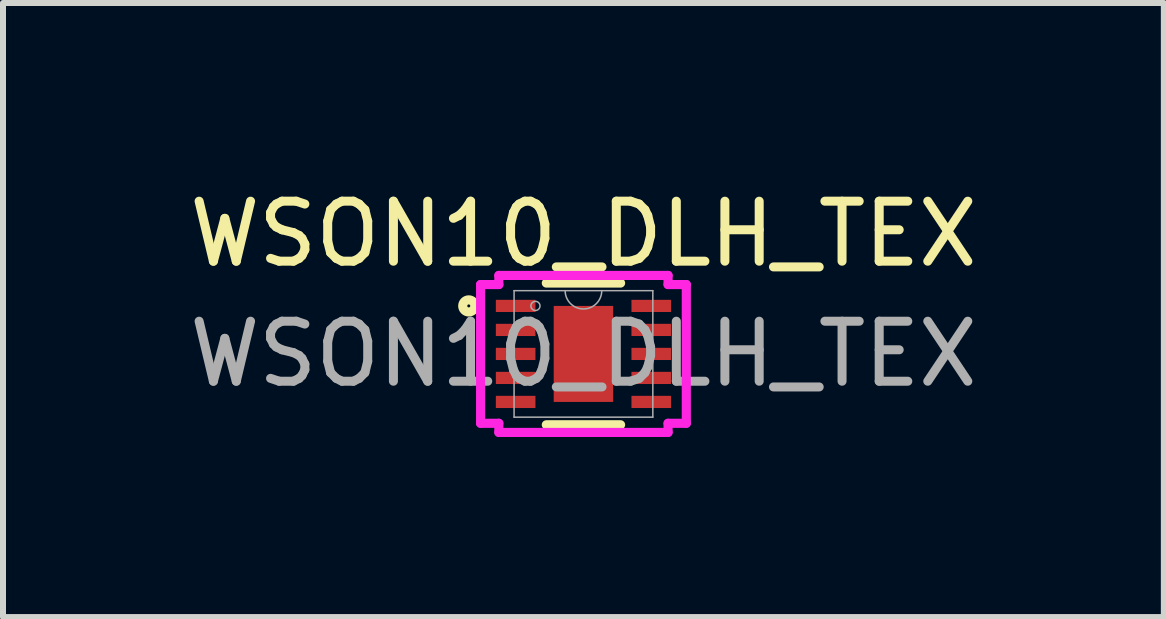
<source format=kicad_pcb>
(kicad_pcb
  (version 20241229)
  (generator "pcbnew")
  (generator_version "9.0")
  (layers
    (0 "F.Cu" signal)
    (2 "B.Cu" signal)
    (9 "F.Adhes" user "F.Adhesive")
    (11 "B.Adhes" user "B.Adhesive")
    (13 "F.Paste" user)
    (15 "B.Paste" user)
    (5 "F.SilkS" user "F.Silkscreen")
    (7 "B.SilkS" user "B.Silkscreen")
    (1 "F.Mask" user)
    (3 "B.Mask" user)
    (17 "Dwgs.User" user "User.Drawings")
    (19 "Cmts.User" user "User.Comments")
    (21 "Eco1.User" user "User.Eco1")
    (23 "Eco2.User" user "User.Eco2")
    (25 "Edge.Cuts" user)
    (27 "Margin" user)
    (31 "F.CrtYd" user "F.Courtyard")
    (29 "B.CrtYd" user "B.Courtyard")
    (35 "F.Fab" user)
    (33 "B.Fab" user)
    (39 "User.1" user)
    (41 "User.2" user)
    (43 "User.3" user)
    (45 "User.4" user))
  (footprint "WSON10_DLH_TEX"
    (layer "F.Cu")
    (at 6.673 2.848)
    (property "Reference" "WSON10_DLH_TEX" (at 0 -2 0) (unlocked yes) (layer "F.SilkS") (effects (font (size 1 1) (thickness 0.15))))
    (attr smd)
    (fp_line (start -0.619 1.181) (end 0.619 1.181) (stroke (width 0.152) (type solid)) (layer "F.SilkS"))
    (fp_line (start 0.619 -1.181) (end -0.619 -1.181) (stroke (width 0.152) (type solid)) (layer "F.SilkS"))
    (fp_circle (center -1.911 -0.8) (end -1.81 -0.8) (stroke (width 0.152) (type solid)) (fill no) (layer "F.SilkS"))
    (fp_line (start -1.714 -1.156) (end -1.41 -1.156) (stroke (width 0.152) (type solid)) (layer "F.CrtYd"))
    (fp_line (start -1.714 1.156) (end -1.714 -1.156) (stroke (width 0.152) (type solid)) (layer "F.CrtYd"))
    (fp_line (start -1.714 1.156) (end -1.41 1.156) (stroke (width 0.152) (type solid)) (layer "F.CrtYd"))
    (fp_line (start -1.41 -1.308) (end 1.41 -1.308) (stroke (width 0.152) (type solid)) (layer "F.CrtYd"))
    (fp_line (start -1.41 -1.156) (end -1.41 -1.308) (stroke (width 0.152) (type solid)) (layer "F.CrtYd"))
    (fp_line (start -1.41 1.308) (end -1.41 1.156) (stroke (width 0.152) (type solid)) (layer "F.CrtYd"))
    (fp_line (start 1.41 -1.308) (end 1.41 -1.156) (stroke (width 0.152) (type solid)) (layer "F.CrtYd"))
    (fp_line (start 1.41 1.156) (end 1.41 1.308) (stroke (width 0.152) (type solid)) (layer "F.CrtYd"))
    (fp_line (start 1.41 1.308) (end -1.41 1.308) (stroke (width 0.152) (type solid)) (layer "F.CrtYd"))
    (fp_line (start 1.714 -1.156) (end 1.41 -1.156) (stroke (width 0.152) (type solid)) (layer "F.CrtYd"))
    (fp_line (start 1.714 -1.156) (end 1.714 1.156) (stroke (width 0.152) (type solid)) (layer "F.CrtYd"))
    (fp_line (start 1.714 1.156) (end 1.41 1.156) (stroke (width 0.152) (type solid)) (layer "F.CrtYd"))
    (fp_line (start -1.156 -1.054) (end -1.156 1.054) (stroke (width 0.025) (type solid)) (layer "F.Fab"))
    (fp_line (start -1.156 1.054) (end 1.156 1.054) (stroke (width 0.025) (type solid)) (layer "F.Fab"))
    (fp_line (start 1.156 -1.054) (end -1.156 -1.054) (stroke (width 0.025) (type solid)) (layer "F.Fab"))
    (fp_line (start 1.156 1.054) (end 1.156 -1.054) (stroke (width 0.025) (type solid)) (layer "F.Fab"))
    (fp_arc (start 0.3048 -1.0541) (mid 0 -0.7493) (end -0.3048 -1.0541) (stroke (width 0.0254) (type solid)) (layer "F.Fab"))
    (fp_circle (center -0.8 -0.8) (end -0.724 -0.8) (stroke (width 0.025) (type solid)) (fill no) (layer "F.Fab"))
    (fp_text user "${REFERENCE}" (at 0 0 0) (unlocked yes) (layer "F.Fab") (effects (font (size 1 1) (thickness 0.15))))
    (pad "1" smd rect (at -1.13 -0.8) (size 0.66 0.203) (layers "F.Cu" "F.Mask" "F.Paste"))
    (pad "2" smd rect (at -1.13 -0.4) (size 0.66 0.203) (layers "F.Cu" "F.Mask" "F.Paste"))
    (pad "3" smd rect (at -1.13 0) (size 0.66 0.203) (layers "F.Cu" "F.Mask" "F.Paste"))
    (pad "4" smd rect (at -1.13 0.4) (size 0.66 0.203) (layers "F.Cu" "F.Mask" "F.Paste"))
    (pad "5" smd rect (at -1.13 0.8) (size 0.66 0.203) (layers "F.Cu" "F.Mask" "F.Paste"))
    (pad "6" smd rect (at 1.13 0.8) (size 0.66 0.203) (layers "F.Cu" "F.Mask" "F.Paste"))
    (pad "7" smd rect (at 1.13 0.4) (size 0.66 0.203) (layers "F.Cu" "F.Mask" "F.Paste"))
    (pad "8" smd rect (at 1.13 0) (size 0.66 0.203) (layers "F.Cu" "F.Mask" "F.Paste"))
    (pad "9" smd rect (at 1.13 -0.4) (size 0.66 0.203) (layers "F.Cu" "F.Mask" "F.Paste"))
    (pad "10" smd rect (at 1.13 -0.8) (size 0.66 0.203) (layers "F.Cu" "F.Mask" "F.Paste"))
    (pad "11" smd rect (at 0 0) (size 0.991 1.6) (layers "F.Cu" "F.Mask" "F.Paste")))
  (gr_rect
    (start -3 -3)
    (end 16.345 7.233)
    (stroke (width 0.1) (type default))
    (fill no)
    (layer "Edge.Cuts")))
</source>
